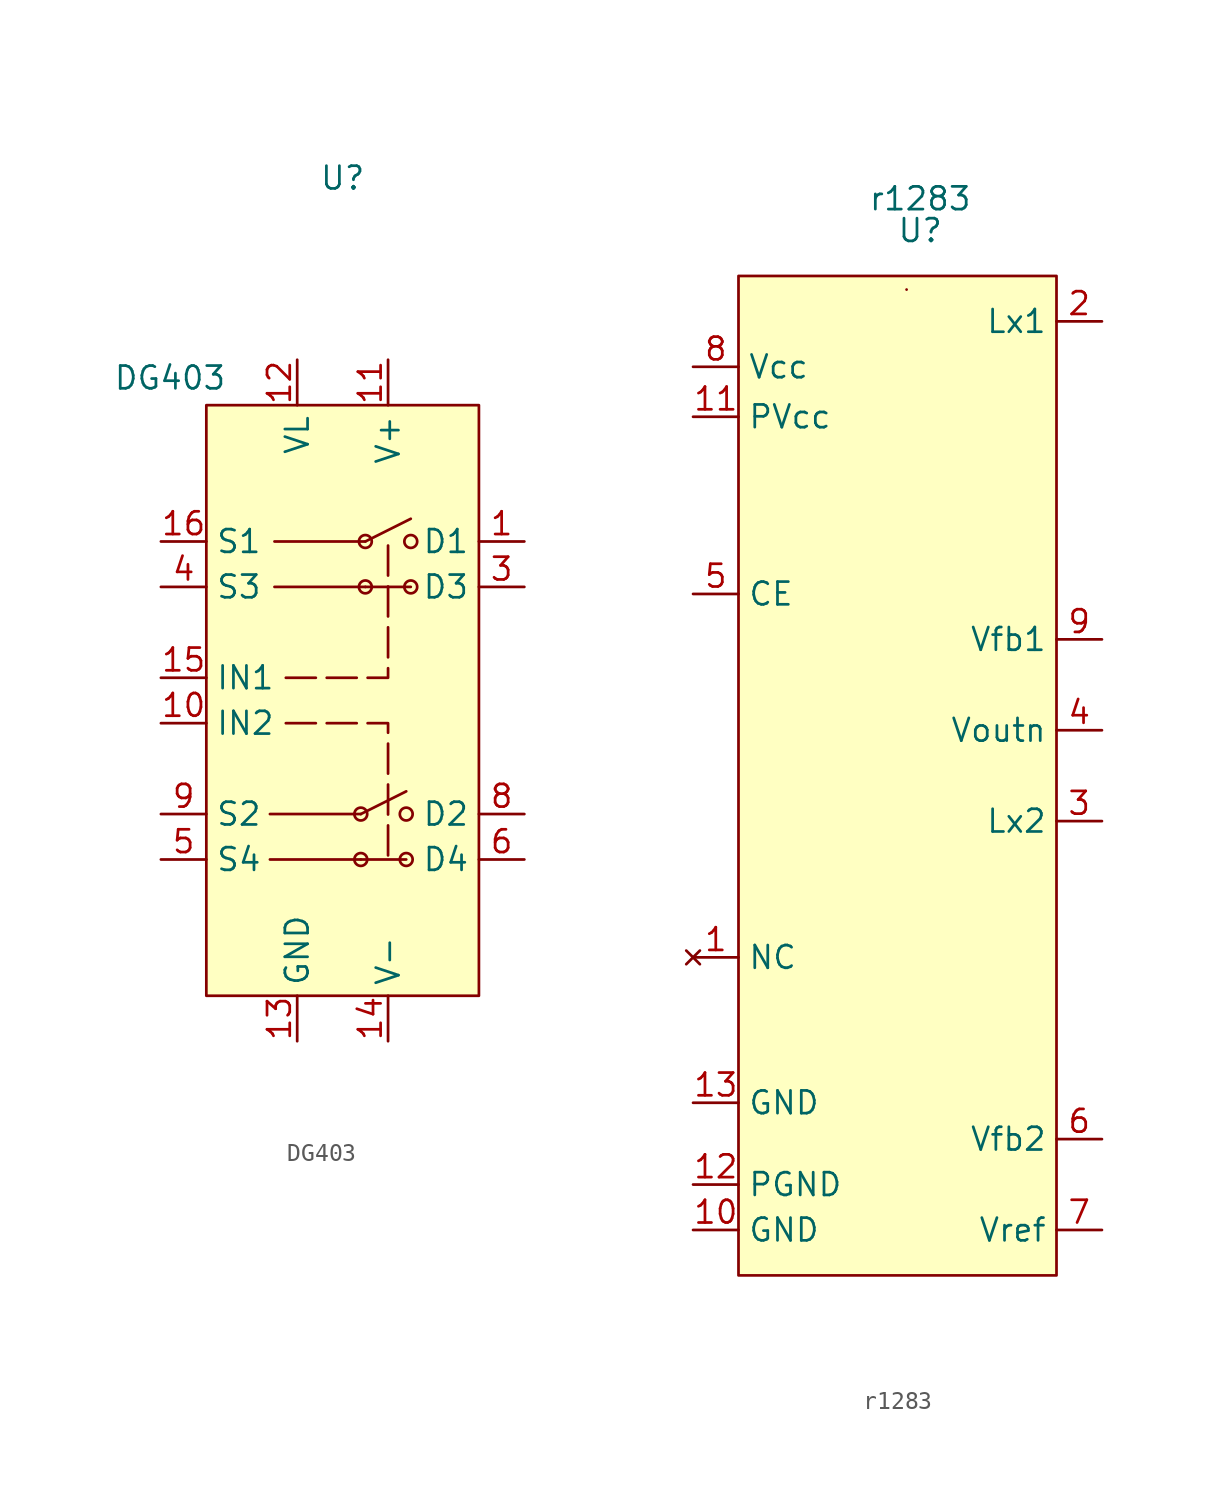
<source format=kicad_sym>
(kicad_symbol_lib
  (version 20220914)
  (generator kicad_symbol_editor)
  (symbol "DG403"
    (property "Reference" "U"
      (at 2.54 17.78 0)
      (effects (font (size 1.27 1.27))))
    (property "Value" "DG403"
      (at -7.112 6.604 0)
      (effects (font (size 1.27 1.27))))
    (symbol "DG403_1_1"
      (rectangle (start -5.08 5.08) (end 10.16 -27.94) (stroke (width 0) (type default)) (fill (type background)))
      (polyline (pts (xy -1.524 -20.32) (xy 3.556 -20.32)) (stroke (width 0) (type default)) (fill (type none)))
      (polyline (pts (xy -1.524 -17.78) (xy 3.556 -17.78)) (stroke (width 0) (type default)) (fill (type none)))
      (polyline (pts (xy -1.27 -5.08) (xy 3.81 -5.08)) (stroke (width 0) (type default)) (fill (type none)))
      (polyline (pts (xy -1.27 -2.54) (xy 3.81 -2.54)) (stroke (width 0) (type default)) (fill (type none)))
      (polyline (pts (xy 3.556 -20.32) (xy 6.096 -20.32)) (stroke (width 0) (type default)) (fill (type none)))
      (polyline (pts (xy 3.556 -17.78) (xy 6.096 -16.51)) (stroke (width 0) (type default)) (fill (type none)))
      (polyline (pts (xy 3.81 -5.08) (xy 6.35 -5.08)) (stroke (width 0) (type default)) (fill (type none)))
      (polyline (pts (xy 3.81 -2.54) (xy 6.35 -1.27)) (stroke (width 0) (type default)) (fill (type none)))
      (polyline (pts (xy -0.635 -12.7) (xy 5.08 -12.7) (xy 5.08 -20.32)) (stroke (width 0) (type dash)) (fill (type none)))
      (polyline (pts (xy -0.635 -10.16) (xy 5.08 -10.16) (xy 5.08 -2.54)) (stroke (width 0) (type dash)) (fill (type none)))
      (circle (center 3.556 -20.32) (radius 0.359) (stroke (width 0) (type default)) (fill (type none)))
      (circle (center 3.556 -17.78) (radius 0.359) (stroke (width 0) (type default)) (fill (type none)))
      (circle (center 3.81 -5.08) (radius 0.359) (stroke (width 0) (type default)) (fill (type none)))
      (circle (center 3.81 -2.54) (radius 0.359) (stroke (width 0) (type default)) (fill (type none)))
      (circle (center 6.096 -20.32) (radius 0.359) (stroke (width 0) (type default)) (fill (type none)))
      (circle (center 6.096 -17.78) (radius 0.359) (stroke (width 0) (type default)) (fill (type none)))
      (circle (center 6.35 -5.08) (radius 0.359) (stroke (width 0) (type default)) (fill (type none)))
      (circle (center 6.35 -2.54) (radius 0.359) (stroke (width 0) (type default)) (fill (type none)))
      (pin input line (at 12.7 -2.54 180) (length 2.54) (name "D1" (effects (font (size 1.27 1.27)))) (number "1" (effects (font (size 1.27 1.27)))))
      (pin input line (at -7.62 -12.7 0) (length 2.54) (name "IN2" (effects (font (size 1.27 1.27)))) (number "10" (effects (font (size 1.27 1.27)))))
      (pin power_in line (at 5.08 7.62 270) (length 2.54) (name "V+" (effects (font (size 1.27 1.27)))) (number "11" (effects (font (size 1.27 1.27)))))
      (pin power_in line (at 0 7.62 270) (length 2.54) (name "VL" (effects (font (size 1.27 1.27)))) (number "12" (effects (font (size 1.27 1.27)))))
      (pin power_in line (at 0 -30.48 90) (length 2.54) (name "GND" (effects (font (size 1.27 1.27)))) (number "13" (effects (font (size 1.27 1.27)))))
      (pin power_in line (at 5.08 -30.48 90) (length 2.54) (name "V-" (effects (font (size 1.27 1.27)))) (number "14" (effects (font (size 1.27 1.27)))))
      (pin input line (at -7.62 -10.16 0) (length 2.54) (name "IN1" (effects (font (size 1.27 1.27)))) (number "15" (effects (font (size 1.27 1.27)))))
      (pin input line (at -7.62 -2.54 0) (length 2.54) (name "S1" (effects (font (size 1.27 1.27)))) (number "16" (effects (font (size 1.27 1.27)))))
      (pin input line (at 12.7 -5.08 180) (length 2.54) (name "D3" (effects (font (size 1.27 1.27)))) (number "3" (effects (font (size 1.27 1.27)))))
      (pin input line (at -7.62 -5.08 0) (length 2.54) (name "S3" (effects (font (size 1.27 1.27)))) (number "4" (effects (font (size 1.27 1.27)))))
      (pin input line (at -7.62 -20.32 0) (length 2.54) (name "S4" (effects (font (size 1.27 1.27)))) (number "5" (effects (font (size 1.27 1.27)))))
      (pin input line (at 12.7 -20.32 180) (length 2.54) (name "D4" (effects (font (size 1.27 1.27)))) (number "6" (effects (font (size 1.27 1.27)))))
      (pin input line (at 12.7 -17.78 180) (length 2.54) (name "D2" (effects (font (size 1.27 1.27)))) (number "8" (effects (font (size 1.27 1.27)))))
      (pin input line (at -7.62 -17.78 0) (length 2.54) (name "S2" (effects (font (size 1.27 1.27)))) (number "9" (effects (font (size 1.27 1.27)))))))
  (symbol "r1283"
    (property "Reference" "U"
      (at -5.08 -2.54 0)
      (effects (font (size 1.27 1.27))))
    (property "Value" "r1283"
      (at -5.08 -0.762 0)
      (effects (font (size 1.27 1.27))))
    (symbol "r1283_0_1"
      (rectangle (start -15.24 -5.08) (end 2.54 -60.96) (stroke (width 0) (type default)) (fill (type background)))
      (rectangle (start -5.842 -5.842) (end -5.842 -5.842) (stroke (width 0) (type default)) (fill (type none))))
    (symbol "r1283_1_1"
      (pin no_connect line (at -17.78 -43.18 0) (length 2.54) (name "NC" (effects (font (size 1.27 1.27)))) (number "1" (effects (font (size 1.27 1.27)))))
      (pin power_in line (at -17.78 -58.42 0) (length 2.54) (name "GND" (effects (font (size 1.27 1.27)))) (number "10" (effects (font (size 1.27 1.27)))))
      (pin power_out line (at -17.78 -12.954 0) (length 2.54) (name "PVcc" (effects (font (size 1.27 1.27)))) (number "11" (effects (font (size 1.27 1.27)))))
      (pin power_out line (at -17.78 -55.88 0) (length 2.54) (name "PGND" (effects (font (size 1.27 1.27)))) (number "12" (effects (font (size 1.27 1.27)))))
      (pin input line (at -17.78 -51.308 0) (length 2.54) (name "GND" (effects (font (size 1.27 1.27)))) (number "13" (effects (font (size 1.27 1.27)))))
      (pin input line (at 5.08 -7.62 180) (length 2.54) (name "Lx1" (effects (font (size 1.27 1.27)))) (number "2" (effects (font (size 1.27 1.27)))))
      (pin input line (at 5.08 -35.56 180) (length 2.54) (name "Lx2" (effects (font (size 1.27 1.27)))) (number "3" (effects (font (size 1.27 1.27)))))
      (pin power_out line (at 5.08 -30.48 180) (length 2.54) (name "Voutn" (effects (font (size 1.27 1.27)))) (number "4" (effects (font (size 1.27 1.27)))))
      (pin input line (at -17.78 -22.86 0) (length 2.54) (name "CE" (effects (font (size 1.27 1.27)))) (number "5" (effects (font (size 1.27 1.27)))))
      (pin input line (at 5.08 -53.34 180) (length 2.54) (name "Vfb2" (effects (font (size 1.27 1.27)))) (number "6" (effects (font (size 1.27 1.27)))))
      (pin input line (at 5.08 -58.42 180) (length 2.54) (name "Vref" (effects (font (size 1.27 1.27)))) (number "7" (effects (font (size 1.27 1.27)))))
      (pin power_in line (at -17.78 -10.16 0) (length 2.54) (name "Vcc" (effects (font (size 1.27 1.27)))) (number "8" (effects (font (size 1.27 1.27)))))
      (pin input line (at 5.08 -25.4 180) (length 2.54) (name "Vfb1" (effects (font (size 1.27 1.27)))) (number "9" (effects (font (size 1.27 1.27))))))))
</source>
